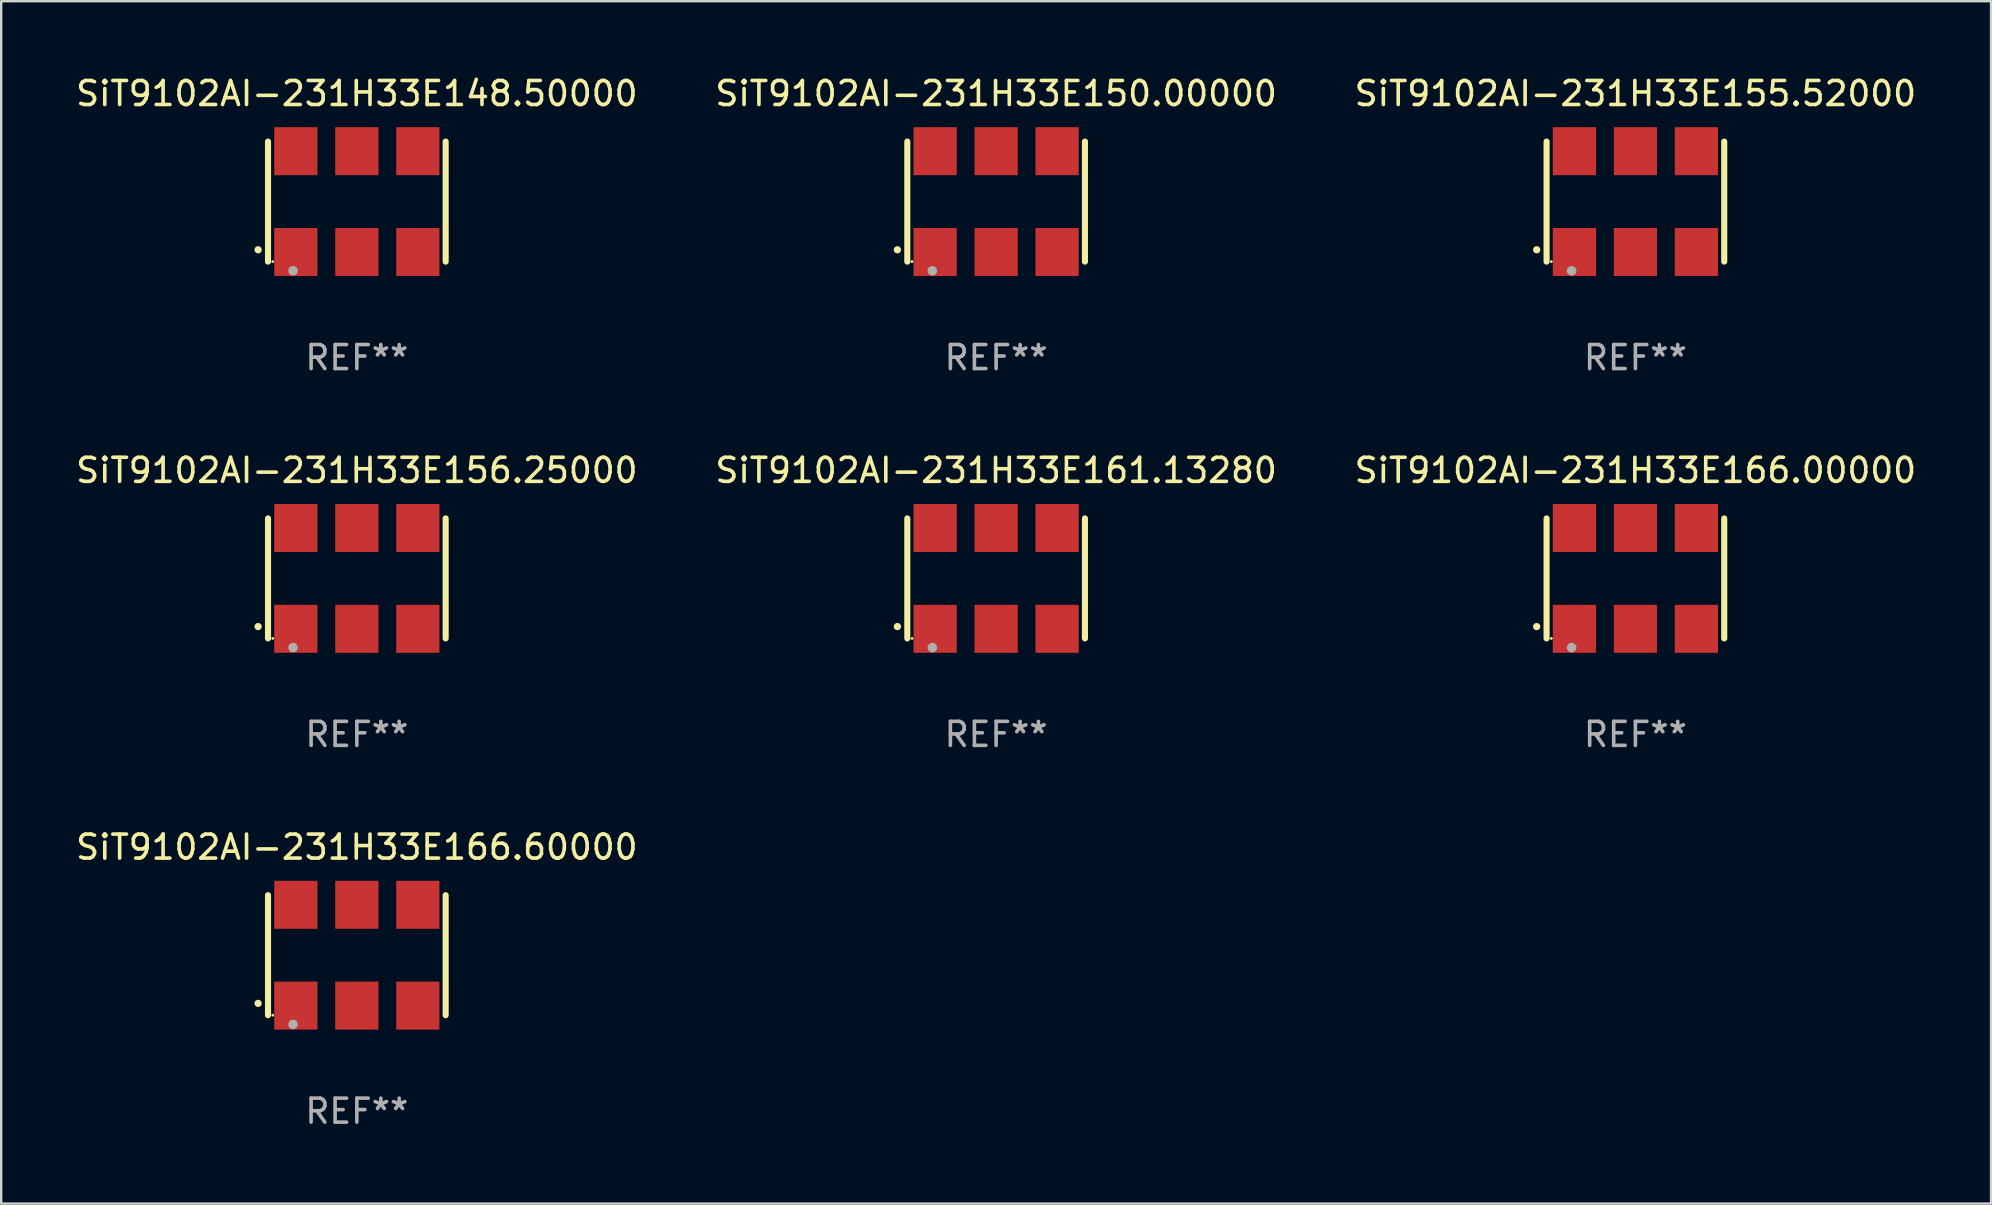
<source format=kicad_pcb>
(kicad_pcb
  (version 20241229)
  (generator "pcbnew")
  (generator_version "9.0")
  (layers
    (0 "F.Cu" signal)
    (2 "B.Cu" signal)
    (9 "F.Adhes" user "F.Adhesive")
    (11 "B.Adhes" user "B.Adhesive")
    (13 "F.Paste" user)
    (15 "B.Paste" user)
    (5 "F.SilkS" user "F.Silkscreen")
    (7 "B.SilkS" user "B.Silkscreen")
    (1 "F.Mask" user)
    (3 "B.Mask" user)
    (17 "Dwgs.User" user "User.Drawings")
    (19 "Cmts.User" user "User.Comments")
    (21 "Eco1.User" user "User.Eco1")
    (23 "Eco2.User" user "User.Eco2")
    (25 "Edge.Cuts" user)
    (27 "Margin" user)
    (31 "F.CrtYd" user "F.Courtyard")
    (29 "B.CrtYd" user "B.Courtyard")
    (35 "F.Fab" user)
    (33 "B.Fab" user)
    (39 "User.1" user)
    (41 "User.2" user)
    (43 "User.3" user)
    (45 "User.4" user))
  (footprint "SiT9102AI-231H33E166.60000"
    (layer "F.Cu")
    (at 11.815 36.741)
    (property "Reference" "SiT9102AI-231H33E166.60000" (at 0 -4.5 0) (layer "F.SilkS") (effects (font (size 1 1) (thickness 0.15))))
    (attr through_hole)
    (fp_line (start -3.7 -2.5) (end -3.7 2.5) (stroke (width 0.254) (type solid)) (layer "F.SilkS"))
    (fp_line (start 3.7 -2.5) (end 3.7 2.5) (stroke (width 0.254) (type solid)) (layer "F.SilkS"))
    (fp_arc (start -4.114415 2.006604) (mid -4.113145 2.006599) (end -4.111875 2.006604) (stroke (width 0.3) (type solid)) (layer "F.SilkS"))
    (fp_circle (center -3.502 2.5) (end -3.472 2.5) (stroke (width 0.06) (type solid)) (fill no) (layer "F.SilkS"))
    (fp_circle (center -2.657 2.882) (end -2.557 2.882) (stroke (width 0.2) (type solid)) (fill no) (layer "F.Fab"))
    (fp_text user "REF**" (at 0 6.5 0) (layer "F.Fab") (effects (font (size 1 1) (thickness 0.15))))
    (pad "1" smd rect (at -2.54 2.1) (size 1.8 2) (layers "F.Cu" "F.Mask" "F.Paste"))
    (pad "2" smd rect (at 0.000394 2.1) (size 1.8 2) (layers "F.Cu" "F.Mask" "F.Paste"))
    (pad "3" smd rect (at 2.54 2.1) (size 1.8 2) (layers "F.Cu" "F.Mask" "F.Paste"))
    (pad "4" smd rect (at 2.54 -2.1) (size 1.8 2) (layers "F.Cu" "F.Mask" "F.Paste"))
    (pad "5" smd rect (at 0.000394 -2.1) (size 1.8 2) (layers "F.Cu" "F.Mask" "F.Paste"))
    (pad "6" smd rect (at -2.54 -2.1) (size 1.8 2) (layers "F.Cu" "F.Mask" "F.Paste")))
  (footprint "SiT9102AI-231H33E166.00000"
    (layer "F.Cu")
    (at 65.077 21.045)
    (property "Reference" "SiT9102AI-231H33E166.00000" (at 0 -4.5 0) (layer "F.SilkS") (effects (font (size 1 1) (thickness 0.15))))
    (attr through_hole)
    (fp_line (start -3.7 -2.5) (end -3.7 2.5) (stroke (width 0.254) (type solid)) (layer "F.SilkS"))
    (fp_line (start 3.7 -2.5) (end 3.7 2.5) (stroke (width 0.254) (type solid)) (layer "F.SilkS"))
    (fp_arc (start -4.114415 2.006604) (mid -4.113145 2.006599) (end -4.111875 2.006604) (stroke (width 0.3) (type solid)) (layer "F.SilkS"))
    (fp_circle (center -3.502 2.5) (end -3.472 2.5) (stroke (width 0.06) (type solid)) (fill no) (layer "F.SilkS"))
    (fp_circle (center -2.657 2.882) (end -2.557 2.882) (stroke (width 0.2) (type solid)) (fill no) (layer "F.Fab"))
    (fp_text user "REF**" (at 0 6.5 0) (layer "F.Fab") (effects (font (size 1 1) (thickness 0.15))))
    (pad "1" smd rect (at -2.54 2.1) (size 1.8 2) (layers "F.Cu" "F.Mask" "F.Paste"))
    (pad "2" smd rect (at 0.000394 2.1) (size 1.8 2) (layers "F.Cu" "F.Mask" "F.Paste"))
    (pad "3" smd rect (at 2.54 2.1) (size 1.8 2) (layers "F.Cu" "F.Mask" "F.Paste"))
    (pad "4" smd rect (at 2.54 -2.1) (size 1.8 2) (layers "F.Cu" "F.Mask" "F.Paste"))
    (pad "5" smd rect (at 0.000394 -2.1) (size 1.8 2) (layers "F.Cu" "F.Mask" "F.Paste"))
    (pad "6" smd rect (at -2.54 -2.1) (size 1.8 2) (layers "F.Cu" "F.Mask" "F.Paste")))
  (footprint "SiT9102AI-231H33E148.50000"
    (layer "F.Cu")
    (at 11.815 5.348)
    (property "Reference" "SiT9102AI-231H33E148.50000" (at 0 -4.5 0) (layer "F.SilkS") (effects (font (size 1 1) (thickness 0.15))))
    (attr through_hole)
    (fp_line (start -3.7 -2.5) (end -3.7 2.5) (stroke (width 0.254) (type solid)) (layer "F.SilkS"))
    (fp_line (start 3.7 -2.5) (end 3.7 2.5) (stroke (width 0.254) (type solid)) (layer "F.SilkS"))
    (fp_arc (start -4.114415 2.006604) (mid -4.113145 2.006599) (end -4.111875 2.006604) (stroke (width 0.3) (type solid)) (layer "F.SilkS"))
    (fp_circle (center -3.502 2.5) (end -3.472 2.5) (stroke (width 0.06) (type solid)) (fill no) (layer "F.SilkS"))
    (fp_circle (center -2.657 2.882) (end -2.557 2.882) (stroke (width 0.2) (type solid)) (fill no) (layer "F.Fab"))
    (fp_text user "REF**" (at 0 6.5 0) (layer "F.Fab") (effects (font (size 1 1) (thickness 0.15))))
    (pad "1" smd rect (at -2.54 2.1) (size 1.8 2) (layers "F.Cu" "F.Mask" "F.Paste"))
    (pad "2" smd rect (at 0.000394 2.1) (size 1.8 2) (layers "F.Cu" "F.Mask" "F.Paste"))
    (pad "3" smd rect (at 2.54 2.1) (size 1.8 2) (layers "F.Cu" "F.Mask" "F.Paste"))
    (pad "4" smd rect (at 2.54 -2.1) (size 1.8 2) (layers "F.Cu" "F.Mask" "F.Paste"))
    (pad "5" smd rect (at 0.000394 -2.1) (size 1.8 2) (layers "F.Cu" "F.Mask" "F.Paste"))
    (pad "6" smd rect (at -2.54 -2.1) (size 1.8 2) (layers "F.Cu" "F.Mask" "F.Paste")))
  (footprint "SiT9102AI-231H33E155.52000"
    (layer "F.Cu")
    (at 65.077 5.348)
    (property "Reference" "SiT9102AI-231H33E155.52000" (at 0 -4.5 0) (layer "F.SilkS") (effects (font (size 1 1) (thickness 0.15))))
    (attr through_hole)
    (fp_line (start -3.7 -2.5) (end -3.7 2.5) (stroke (width 0.254) (type solid)) (layer "F.SilkS"))
    (fp_line (start 3.7 -2.5) (end 3.7 2.5) (stroke (width 0.254) (type solid)) (layer "F.SilkS"))
    (fp_arc (start -4.114415 2.006604) (mid -4.113145 2.006599) (end -4.111875 2.006604) (stroke (width 0.3) (type solid)) (layer "F.SilkS"))
    (fp_circle (center -3.502 2.5) (end -3.472 2.5) (stroke (width 0.06) (type solid)) (fill no) (layer "F.SilkS"))
    (fp_circle (center -2.657 2.882) (end -2.557 2.882) (stroke (width 0.2) (type solid)) (fill no) (layer "F.Fab"))
    (fp_text user "REF**" (at 0 6.5 0) (layer "F.Fab") (effects (font (size 1 1) (thickness 0.15))))
    (pad "1" smd rect (at -2.54 2.1) (size 1.8 2) (layers "F.Cu" "F.Mask" "F.Paste"))
    (pad "2" smd rect (at 0.000394 2.1) (size 1.8 2) (layers "F.Cu" "F.Mask" "F.Paste"))
    (pad "3" smd rect (at 2.54 2.1) (size 1.8 2) (layers "F.Cu" "F.Mask" "F.Paste"))
    (pad "4" smd rect (at 2.54 -2.1) (size 1.8 2) (layers "F.Cu" "F.Mask" "F.Paste"))
    (pad "5" smd rect (at 0.000394 -2.1) (size 1.8 2) (layers "F.Cu" "F.Mask" "F.Paste"))
    (pad "6" smd rect (at -2.54 -2.1) (size 1.8 2) (layers "F.Cu" "F.Mask" "F.Paste")))
  (footprint "SiT9102AI-231H33E161.13280"
    (layer "F.Cu")
    (at 38.446 21.045)
    (property "Reference" "SiT9102AI-231H33E161.13280" (at 0 -4.5 0) (layer "F.SilkS") (effects (font (size 1 1) (thickness 0.15))))
    (attr through_hole)
    (fp_line (start -3.7 -2.5) (end -3.7 2.5) (stroke (width 0.254) (type solid)) (layer "F.SilkS"))
    (fp_line (start 3.7 -2.5) (end 3.7 2.5) (stroke (width 0.254) (type solid)) (layer "F.SilkS"))
    (fp_arc (start -4.114415 2.006604) (mid -4.113145 2.006599) (end -4.111875 2.006604) (stroke (width 0.3) (type solid)) (layer "F.SilkS"))
    (fp_circle (center -3.502 2.5) (end -3.472 2.5) (stroke (width 0.06) (type solid)) (fill no) (layer "F.SilkS"))
    (fp_circle (center -2.657 2.882) (end -2.557 2.882) (stroke (width 0.2) (type solid)) (fill no) (layer "F.Fab"))
    (fp_text user "REF**" (at 0 6.5 0) (layer "F.Fab") (effects (font (size 1 1) (thickness 0.15))))
    (pad "1" smd rect (at -2.54 2.1) (size 1.8 2) (layers "F.Cu" "F.Mask" "F.Paste"))
    (pad "2" smd rect (at 0.000394 2.1) (size 1.8 2) (layers "F.Cu" "F.Mask" "F.Paste"))
    (pad "3" smd rect (at 2.54 2.1) (size 1.8 2) (layers "F.Cu" "F.Mask" "F.Paste"))
    (pad "4" smd rect (at 2.54 -2.1) (size 1.8 2) (layers "F.Cu" "F.Mask" "F.Paste"))
    (pad "5" smd rect (at 0.000394 -2.1) (size 1.8 2) (layers "F.Cu" "F.Mask" "F.Paste"))
    (pad "6" smd rect (at -2.54 -2.1) (size 1.8 2) (layers "F.Cu" "F.Mask" "F.Paste")))
  (footprint "SiT9102AI-231H33E156.25000"
    (layer "F.Cu")
    (at 11.815 21.045)
    (property "Reference" "SiT9102AI-231H33E156.25000" (at 0 -4.5 0) (layer "F.SilkS") (effects (font (size 1 1) (thickness 0.15))))
    (attr through_hole)
    (fp_line (start -3.7 -2.5) (end -3.7 2.5) (stroke (width 0.254) (type solid)) (layer "F.SilkS"))
    (fp_line (start 3.7 -2.5) (end 3.7 2.5) (stroke (width 0.254) (type solid)) (layer "F.SilkS"))
    (fp_arc (start -4.114415 2.006604) (mid -4.113145 2.006599) (end -4.111875 2.006604) (stroke (width 0.3) (type solid)) (layer "F.SilkS"))
    (fp_circle (center -3.502 2.5) (end -3.472 2.5) (stroke (width 0.06) (type solid)) (fill no) (layer "F.SilkS"))
    (fp_circle (center -2.657 2.882) (end -2.557 2.882) (stroke (width 0.2) (type solid)) (fill no) (layer "F.Fab"))
    (fp_text user "REF**" (at 0 6.5 0) (layer "F.Fab") (effects (font (size 1 1) (thickness 0.15))))
    (pad "1" smd rect (at -2.54 2.1) (size 1.8 2) (layers "F.Cu" "F.Mask" "F.Paste"))
    (pad "2" smd rect (at 0.000394 2.1) (size 1.8 2) (layers "F.Cu" "F.Mask" "F.Paste"))
    (pad "3" smd rect (at 2.54 2.1) (size 1.8 2) (layers "F.Cu" "F.Mask" "F.Paste"))
    (pad "4" smd rect (at 2.54 -2.1) (size 1.8 2) (layers "F.Cu" "F.Mask" "F.Paste"))
    (pad "5" smd rect (at 0.000394 -2.1) (size 1.8 2) (layers "F.Cu" "F.Mask" "F.Paste"))
    (pad "6" smd rect (at -2.54 -2.1) (size 1.8 2) (layers "F.Cu" "F.Mask" "F.Paste")))
  (footprint "SiT9102AI-231H33E150.00000"
    (layer "F.Cu")
    (at 38.446 5.348)
    (property "Reference" "SiT9102AI-231H33E150.00000" (at 0 -4.5 0) (layer "F.SilkS") (effects (font (size 1 1) (thickness 0.15))))
    (attr through_hole)
    (fp_line (start -3.7 -2.5) (end -3.7 2.5) (stroke (width 0.254) (type solid)) (layer "F.SilkS"))
    (fp_line (start 3.7 -2.5) (end 3.7 2.5) (stroke (width 0.254) (type solid)) (layer "F.SilkS"))
    (fp_arc (start -4.114415 2.006604) (mid -4.113145 2.006599) (end -4.111875 2.006604) (stroke (width 0.3) (type solid)) (layer "F.SilkS"))
    (fp_circle (center -3.502 2.5) (end -3.472 2.5) (stroke (width 0.06) (type solid)) (fill no) (layer "F.SilkS"))
    (fp_circle (center -2.657 2.882) (end -2.557 2.882) (stroke (width 0.2) (type solid)) (fill no) (layer "F.Fab"))
    (fp_text user "REF**" (at 0 6.5 0) (layer "F.Fab") (effects (font (size 1 1) (thickness 0.15))))
    (pad "1" smd rect (at -2.54 2.1) (size 1.8 2) (layers "F.Cu" "F.Mask" "F.Paste"))
    (pad "2" smd rect (at 0.000394 2.1) (size 1.8 2) (layers "F.Cu" "F.Mask" "F.Paste"))
    (pad "3" smd rect (at 2.54 2.1) (size 1.8 2) (layers "F.Cu" "F.Mask" "F.Paste"))
    (pad "4" smd rect (at 2.54 -2.1) (size 1.8 2) (layers "F.Cu" "F.Mask" "F.Paste"))
    (pad "5" smd rect (at 0.000394 -2.1) (size 1.8 2) (layers "F.Cu" "F.Mask" "F.Paste"))
    (pad "6" smd rect (at -2.54 -2.1) (size 1.8 2) (layers "F.Cu" "F.Mask" "F.Paste")))
  (gr_rect
    (start -3 -3)
    (end 79.893 47.09)
    (stroke (width 0.1) (type default))
    (fill no)
    (layer "Edge.Cuts")))
</source>
